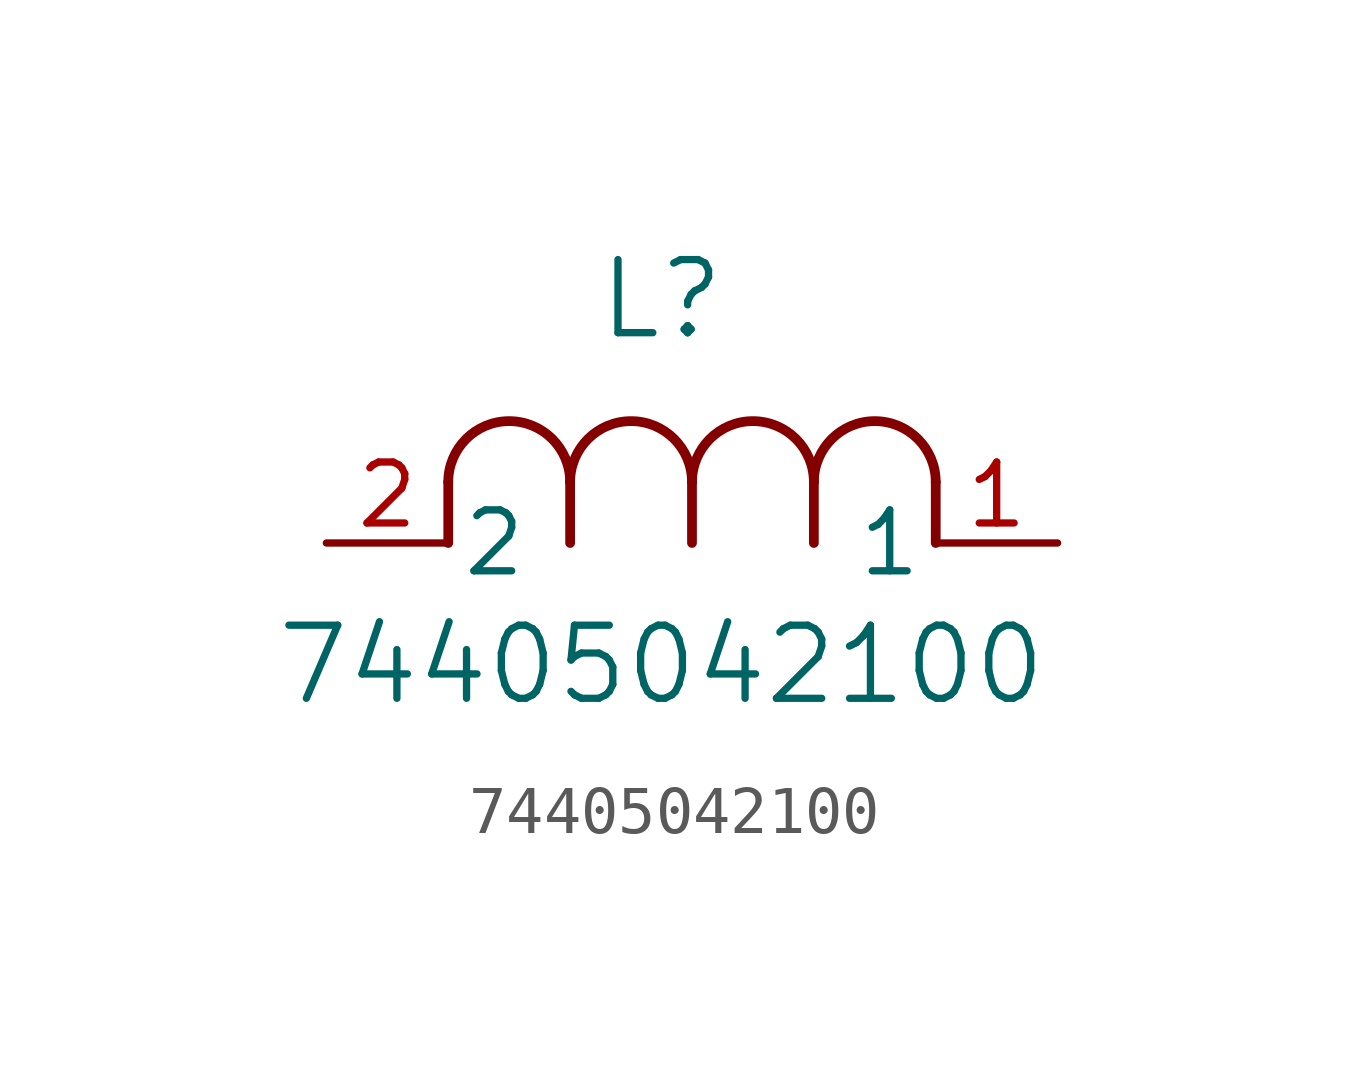
<source format=kicad_sym>
(kicad_symbol_lib
  (version 20241209)
  (generator "kicad_symbol_editor")
  (generator_version "9.0")
  (symbol "74405042100"
    (pin_names
      (offset 0.254))
    (property "Reference" "L"
      (at 6.985 5.08 0)
      (effects (font (size 1.524 1.524))))
    (property "Value" "74405042100"
      (at 6.985 -2.54 0)
      (effects (font (size 1.524 1.524))))
    (symbol "74405042100_0_1"
      (polyline (pts (xy 2.54 0) (xy 2.54 1.27)) (stroke (width 0.203) (type default)) (fill (type none)))
      (arc (start 2.54 1.27) (mid 3.81 2.5344) (end 5.08 1.27) (stroke (width 0.2032) (type default)) (fill (type none)))
      (polyline (pts (xy 5.08 0) (xy 5.08 1.27)) (stroke (width 0.203) (type default)) (fill (type none)))
      (arc (start 5.08 1.27) (mid 6.35 2.5344) (end 7.62 1.27) (stroke (width 0.2032) (type default)) (fill (type none)))
      (polyline (pts (xy 7.62 0) (xy 7.62 1.27)) (stroke (width 0.203) (type default)) (fill (type none)))
      (arc (start 7.62 1.27) (mid 8.89 2.5344) (end 10.16 1.27) (stroke (width 0.2032) (type default)) (fill (type none)))
      (polyline (pts (xy 10.16 0) (xy 10.16 1.27)) (stroke (width 0.203) (type default)) (fill (type none)))
      (arc (start 10.16 1.27) (mid 11.43 2.5344) (end 12.7 1.27) (stroke (width 0.2032) (type default)) (fill (type none)))
      (polyline (pts (xy 12.7 0) (xy 12.7 1.27)) (stroke (width 0.203) (type default)) (fill (type none)))
      (pin unspecified line (at 0 0 0) (length 2.54) (name "2" (effects (font (size 1.27 1.27)))) (number "2" (effects (font (size 1.27 1.27)))))
      (pin unspecified line (at 15.24 0 180) (length 2.54) (name "1" (effects (font (size 1.27 1.27)))) (number "1" (effects (font (size 1.27 1.27))))))))
</source>
